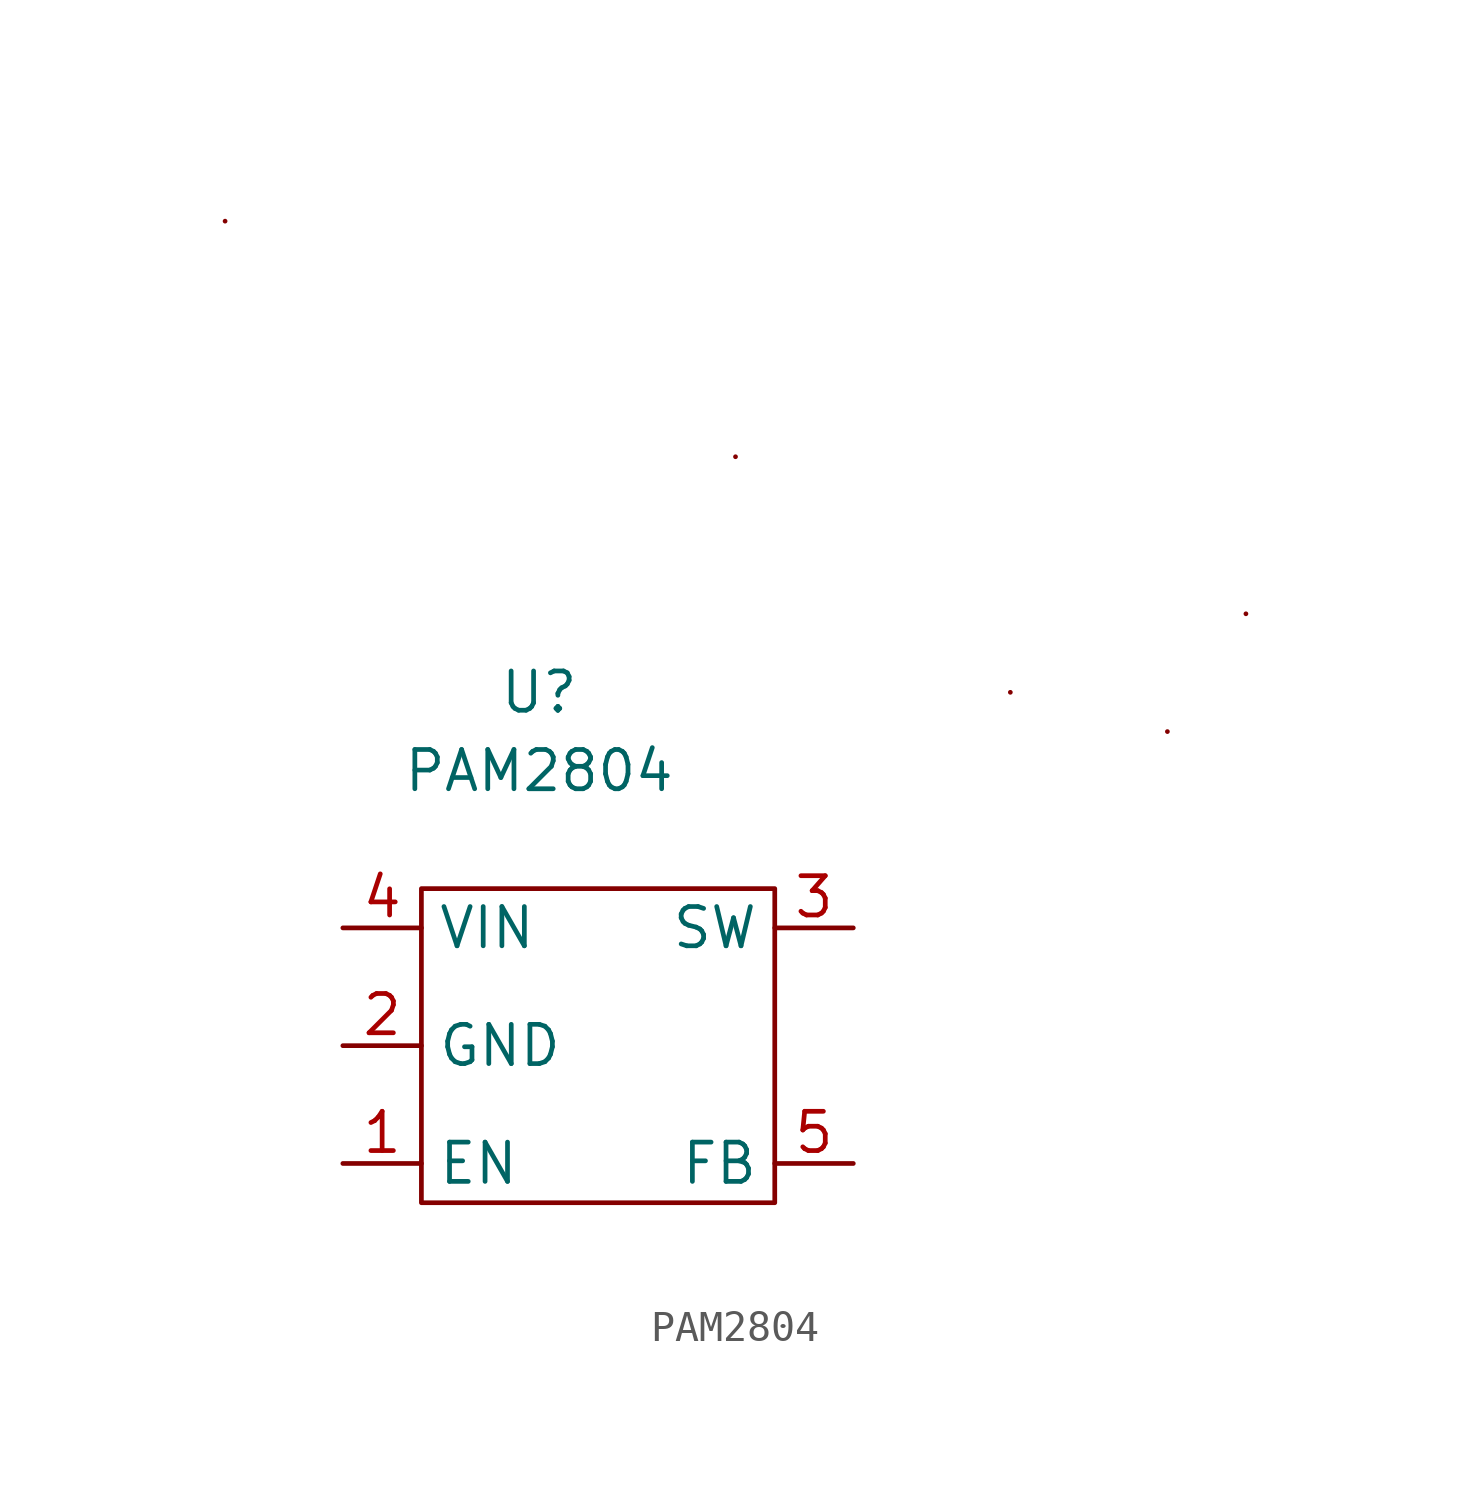
<source format=kicad_sym>
(kicad_symbol_lib
  (version 20211014)
  (generator kicad_symbol_editor)
  (symbol "PAM2804"
    (property "Reference" "U"
      (at 6.35 7.62 0)
      (effects (font (size 1.27 1.27))))
    (property "Value" "PAM2804"
      (at 6.35 5.08 0)
      (effects (font (size 1.27 1.27))))
    (symbol "PAM2804_0_1"
      (rectangle (start -3.81 22.86) (end -3.81 22.86) (stroke (width 0) (type default) (color 0 0 0 0)) (fill (type none)))
      (polyline (pts (xy 13.97 -8.89) (xy 13.97 1.27) (xy 2.54 1.27) (xy 2.54 -8.89) (xy 13.97 -8.89)) (stroke (width 0) (type default) (color 0 0 0 0)) (fill (type none)))
      (rectangle (start 12.7 15.24) (end 12.7 15.24) (stroke (width 0) (type default) (color 0 0 0 0)) (fill (type none)))
      (rectangle (start 21.59 7.62) (end 21.59 7.62) (stroke (width 0) (type default) (color 0 0 0 0)) (fill (type none)))
      (rectangle (start 26.67 6.35) (end 26.67 6.35) (stroke (width 0) (type default) (color 0 0 0 0)) (fill (type none)))
      (rectangle (start 29.21 10.16) (end 29.21 10.16) (stroke (width 0) (type default) (color 0 0 0 0)) (fill (type none))))
    (symbol "PAM2804_1_1"
      (pin input line (at 0 -7.62 0) (length 2.54) (name "EN" (effects (font (size 1.27 1.27)))) (number "1" (effects (font (size 1.27 1.27)))))
      (pin input line (at 0 -3.81 0) (length 2.54) (name "GND" (effects (font (size 1.27 1.27)))) (number "2" (effects (font (size 1.27 1.27)))))
      (pin output line (at 16.51 0 180) (length 2.54) (name "SW" (effects (font (size 1.27 1.27)))) (number "3" (effects (font (size 1.27 1.27)))))
      (pin input line (at 0 0 0) (length 2.54) (name "VIN" (effects (font (size 1.27 1.27)))) (number "4" (effects (font (size 1.27 1.27)))))
      (pin output line (at 16.51 -7.62 180) (length 2.54) (name "FB" (effects (font (size 1.27 1.27)))) (number "5" (effects (font (size 1.27 1.27))))))))
</source>
